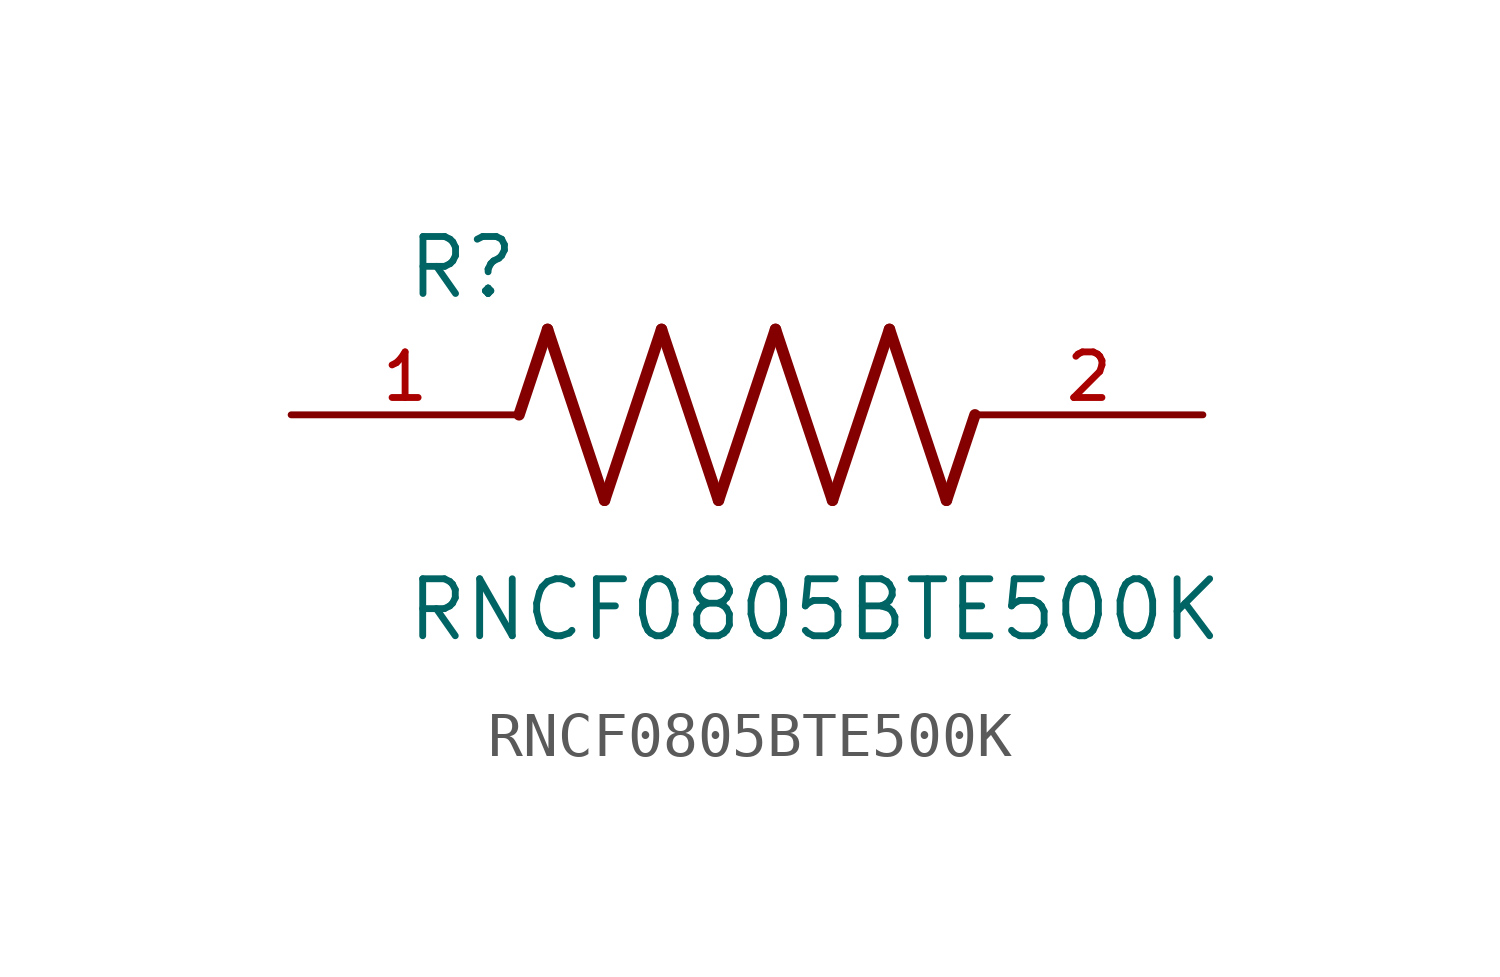
<source format=kicad_sym>
(kicad_symbol_lib
  (version 20211014)
  (generator kicad_symbol_editor)
  (symbol "RNCF0805BTE500K"
    (pin_names
      (offset 1.016))
    (property "Reference" "R"
      (at -7.624 2.541 0)
      (effects (font (size 1.27 1.27)) (justify bottom left)))
    (property "Value" "RNCF0805BTE500K"
      (at -7.63 -5.087 0)
      (effects (font (size 1.27 1.27)) (justify bottom left)))
    (symbol "RNCF0805BTE500K_0_0"
      (polyline (pts (xy -5.08 0.0) (xy -4.445 1.905)) (stroke (width 0.254)))
      (polyline (pts (xy -4.445 1.905) (xy -3.175 -1.905)) (stroke (width 0.254)))
      (polyline (pts (xy -3.175 -1.905) (xy -1.905 1.905)) (stroke (width 0.254)))
      (polyline (pts (xy -1.905 1.905) (xy -0.635 -1.905)) (stroke (width 0.254)))
      (polyline (pts (xy -0.635 -1.905) (xy 0.635 1.905)) (stroke (width 0.254)))
      (polyline (pts (xy 0.635 1.905) (xy 1.905 -1.905)) (stroke (width 0.254)))
      (polyline (pts (xy 1.905 -1.905) (xy 3.175 1.905)) (stroke (width 0.254)))
      (polyline (pts (xy 3.175 1.905) (xy 4.445 -1.905)) (stroke (width 0.254)))
      (polyline (pts (xy 4.445 -1.905) (xy 5.08 0.0)) (stroke (width 0.254)))
      (pin passive line (at -10.16 0.0 0) (length 5.08) (name "~" (effects (font (size 1.016 1.016)))) (number "1" (effects (font (size 1.016 1.016)))))
      (pin passive line (at 10.16 0.0 180.0) (length 5.08) (name "~" (effects (font (size 1.016 1.016)))) (number "2" (effects (font (size 1.016 1.016))))))))
</source>
